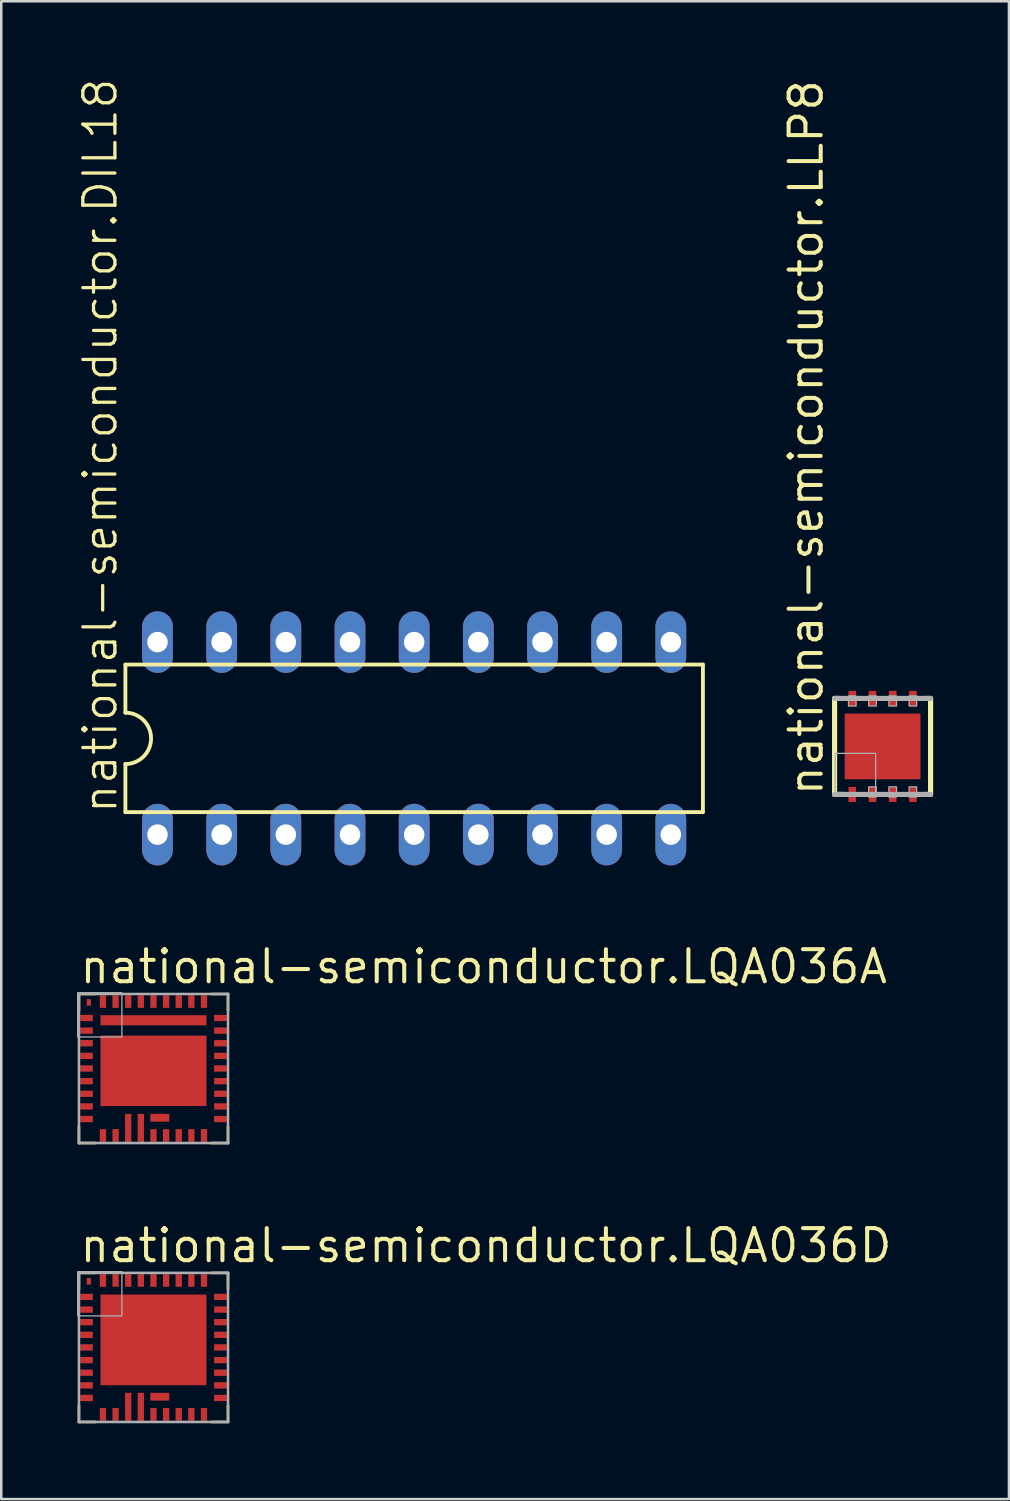
<source format=kicad_pcb>
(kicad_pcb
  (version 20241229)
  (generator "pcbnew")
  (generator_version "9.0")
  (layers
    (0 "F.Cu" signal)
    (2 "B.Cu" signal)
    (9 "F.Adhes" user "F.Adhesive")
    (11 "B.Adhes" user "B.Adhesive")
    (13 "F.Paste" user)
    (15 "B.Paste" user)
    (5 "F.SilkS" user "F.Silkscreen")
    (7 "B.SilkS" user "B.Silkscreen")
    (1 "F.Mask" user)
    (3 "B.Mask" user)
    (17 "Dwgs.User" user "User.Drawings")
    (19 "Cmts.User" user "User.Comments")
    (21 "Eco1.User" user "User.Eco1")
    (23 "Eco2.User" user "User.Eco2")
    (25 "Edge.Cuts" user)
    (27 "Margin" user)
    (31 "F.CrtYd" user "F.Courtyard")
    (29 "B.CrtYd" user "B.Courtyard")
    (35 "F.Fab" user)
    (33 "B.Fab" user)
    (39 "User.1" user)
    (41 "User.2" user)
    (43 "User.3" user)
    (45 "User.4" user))
  (footprint "national-semiconductor.LQA036D"
    (layer "F.Cu")
    (at 3.025 50.287)
    (property "Reference" "national-semiconductor.LQA036D" (at -3 -3.29 0) (layer "F.SilkS") (effects (font (size 1.27 1.27) (thickness 0.16)) (justify left bottom)))
    (attr smd)
    (fp_poly (pts (xy -2.62 -2.72) (xy -2.5 -2.72) (xy -2.5 -2.51) (xy -2.62 -2.51)) (stroke (width 0.051) (type default)) (fill yes) (layer "F.Cu"))
    (fp_line (start -2.95 -2.95) (end -2.3 -2.95) (stroke (width 0.102) (type default)) (layer "F.SilkS"))
    (fp_line (start -2.95 -2.3) (end -2.95 -2.95) (stroke (width 0.102) (type default)) (layer "F.SilkS"))
    (fp_line (start -2.95 2.95) (end -2.95 2.3) (stroke (width 0.102) (type default)) (layer "F.SilkS"))
    (fp_line (start -2.3 2.95) (end -2.95 2.95) (stroke (width 0.102) (type default)) (layer "F.SilkS"))
    (fp_line (start 2.3 -2.95) (end 2.95 -2.95) (stroke (width 0.102) (type default)) (layer "F.SilkS"))
    (fp_line (start 2.95 -2.95) (end 2.95 -2.3) (stroke (width 0.102) (type default)) (layer "F.SilkS"))
    (fp_line (start 2.95 2.3) (end 2.95 2.95) (stroke (width 0.102) (type default)) (layer "F.SilkS"))
    (fp_line (start 2.95 2.95) (end 2.3 2.95) (stroke (width 0.102) (type default)) (layer "F.SilkS"))
    (fp_line (start -2.95 -2.95) (end 2.95 -2.95) (stroke (width 0.102) (type default)) (layer "F.Fab"))
    (fp_line (start -2.95 2.95) (end -2.95 -2.95) (stroke (width 0.102) (type default)) (layer "F.Fab"))
    (fp_line (start 2.95 -2.95) (end 2.95 2.95) (stroke (width 0.102) (type default)) (layer "F.Fab"))
    (fp_line (start 2.95 2.95) (end -2.95 2.95) (stroke (width 0.102) (type default)) (layer "F.Fab"))
    (fp_rect (start -3 -1.25) (end -1.25 -3) (stroke (width 0.05) (type default)) (fill no) (layer "F.Fab"))
    (pad "1" smd roundrect (at -2.65 -2) (size 0.5 0.25) (layers "F.Cu" "F.Mask" "F.Paste") (roundrect_rratio 0.01))
    (pad "2" smd roundrect (at -2.65 -1.5) (size 0.5 0.25) (layers "F.Cu" "F.Mask" "F.Paste") (roundrect_rratio 0.01))
    (pad "3" smd roundrect (at -2.65 -1) (size 0.5 0.25) (layers "F.Cu" "F.Mask" "F.Paste") (roundrect_rratio 0.01))
    (pad "4" smd roundrect (at -2.65 -0.5) (size 0.5 0.25) (layers "F.Cu" "F.Mask" "F.Paste") (roundrect_rratio 0.01))
    (pad "5" smd roundrect (at -2.65 0) (size 0.5 0.25) (layers "F.Cu" "F.Mask" "F.Paste") (roundrect_rratio 0.01))
    (pad "6" smd roundrect (at -2.65 0.5) (size 0.5 0.25) (layers "F.Cu" "F.Mask" "F.Paste") (roundrect_rratio 0.01))
    (pad "7" smd roundrect (at -2.65 1) (size 0.5 0.25) (layers "F.Cu" "F.Mask" "F.Paste") (roundrect_rratio 0.01))
    (pad "8" smd roundrect (at -2.65 1.5) (size 0.5 0.25) (layers "F.Cu" "F.Mask" "F.Paste") (roundrect_rratio 0.01))
    (pad "9" smd roundrect (at -2.65 2) (size 0.5 0.25) (layers "F.Cu" "F.Mask" "F.Paste") (roundrect_rratio 0.01))
    (pad "10" smd roundrect (at -2 2.65 90) (size 0.5 0.25) (layers "F.Cu" "F.Mask" "F.Paste") (roundrect_rratio 0.01))
    (pad "11" smd roundrect (at -1.5 2.65 90) (size 0.5 0.25) (layers "F.Cu" "F.Mask" "F.Paste") (roundrect_rratio 0.01))
    (pad "12" smd roundrect (at -1 2.35 90) (size 1.11 0.25) (layers "F.Cu" "F.Mask" "F.Paste") (roundrect_rratio 0.01))
    (pad "13" smd roundrect (at -0.5 2.35 90) (size 1.11 0.25) (layers "F.Cu" "F.Mask" "F.Paste") (roundrect_rratio 0.01))
    (pad "14" smd roundrect (at 0 2.65 90) (size 0.5 0.25) (layers "F.Cu" "F.Mask" "F.Paste") (roundrect_rratio 0.01))
    (pad "15" smd roundrect (at 0.5 2.65 90) (size 0.5 0.25) (layers "F.Cu" "F.Mask" "F.Paste") (roundrect_rratio 0.01))
    (pad "16" smd roundrect (at 1 2.65 90) (size 0.5 0.25) (layers "F.Cu" "F.Mask" "F.Paste") (roundrect_rratio 0.01))
    (pad "17" smd roundrect (at 1.5 2.65 90) (size 0.5 0.25) (layers "F.Cu" "F.Mask" "F.Paste") (roundrect_rratio 0.01))
    (pad "18" smd roundrect (at 2 2.65 90) (size 0.5 0.25) (layers "F.Cu" "F.Mask" "F.Paste") (roundrect_rratio 0.01))
    (pad "19" smd roundrect (at 2.65 2 180) (size 0.5 0.25) (layers "F.Cu" "F.Mask" "F.Paste") (roundrect_rratio 0.01))
    (pad "20" smd roundrect (at 2.65 1.5 180) (size 0.5 0.25) (layers "F.Cu" "F.Mask" "F.Paste") (roundrect_rratio 0.01))
    (pad "21" smd roundrect (at 2.65 1 180) (size 0.5 0.25) (layers "F.Cu" "F.Mask" "F.Paste") (roundrect_rratio 0.01))
    (pad "22" smd roundrect (at 2.65 0.5 180) (size 0.5 0.25) (layers "F.Cu" "F.Mask" "F.Paste") (roundrect_rratio 0.01))
    (pad "23" smd roundrect (at 2.65 0 180) (size 0.5 0.25) (layers "F.Cu" "F.Mask" "F.Paste") (roundrect_rratio 0.01))
    (pad "24" smd roundrect (at 2.65 -0.5 180) (size 0.5 0.25) (layers "F.Cu" "F.Mask" "F.Paste") (roundrect_rratio 0.01))
    (pad "25" smd roundrect (at 2.65 -1 180) (size 0.5 0.25) (layers "F.Cu" "F.Mask" "F.Paste") (roundrect_rratio 0.01))
    (pad "26" smd roundrect (at 2.65 -1.5 180) (size 0.5 0.25) (layers "F.Cu" "F.Mask" "F.Paste") (roundrect_rratio 0.01))
    (pad "27" smd roundrect (at 2.65 -2 180) (size 0.5 0.25) (layers "F.Cu" "F.Mask" "F.Paste") (roundrect_rratio 0.01))
    (pad "28" smd roundrect (at 2 -2.65 270) (size 0.5 0.25) (layers "F.Cu" "F.Mask" "F.Paste") (roundrect_rratio 0.01))
    (pad "29" smd roundrect (at 1.5 -2.65 270) (size 0.5 0.25) (layers "F.Cu" "F.Mask" "F.Paste") (roundrect_rratio 0.01))
    (pad "30" smd roundrect (at 1 -2.65 270) (size 0.5 0.25) (layers "F.Cu" "F.Mask" "F.Paste") (roundrect_rratio 0.01))
    (pad "31" smd roundrect (at 0.5 -2.65 270) (size 0.5 0.25) (layers "F.Cu" "F.Mask" "F.Paste") (roundrect_rratio 0.01))
    (pad "32" smd roundrect (at 0 -2.65 270) (size 0.5 0.25) (layers "F.Cu" "F.Mask" "F.Paste") (roundrect_rratio 0.01))
    (pad "33" smd roundrect (at -0.5 -2.65 270) (size 0.5 0.25) (layers "F.Cu" "F.Mask" "F.Paste") (roundrect_rratio 0.01))
    (pad "34" smd roundrect (at -1 -2.65 270) (size 0.5 0.25) (layers "F.Cu" "F.Mask" "F.Paste") (roundrect_rratio 0.01))
    (pad "35" smd roundrect (at -1.5 -2.65 270) (size 0.5 0.25) (layers "F.Cu" "F.Mask" "F.Paste") (roundrect_rratio 0.01))
    (pad "36" smd roundrect (at -2 -2.65 270) (size 0.5 0.25) (layers "F.Cu" "F.Mask" "F.Paste") (roundrect_rratio 0.01))
    (pad "37" smd roundrect (at 0.25 1.95) (size 0.75 0.31) (layers "F.Cu" "F.Mask" "F.Paste") (roundrect_rratio 0.01))
    (pad "38" smd roundrect (at 0 -0.3 270) (size 3.59 4.2) (layers "F.Cu" "F.Mask" "F.Paste") (roundrect_rratio 0.01)))
  (footprint "national-semiconductor.DIL18"
    (layer "F.Cu")
    (at 13.344 26.177)
    (property "Reference" "national-semiconductor.DIL18" (at -11.684 3.048 90) (layer "F.SilkS") (effects (font (size 1.27 1.27) (thickness 0.13)) (justify left bottom)))
    (attr through_hole)
    (fp_line (start -11.43 -2.921) (end -11.43 -1.016) (stroke (width 0.152) (type default)) (layer "F.SilkS"))
    (fp_line (start -11.43 2.921) (end -11.43 1.016) (stroke (width 0.152) (type default)) (layer "F.SilkS"))
    (fp_line (start -11.43 2.921) (end 11.43 2.921) (stroke (width 0.152) (type default)) (layer "F.SilkS"))
    (fp_line (start 11.43 -2.921) (end -11.43 -2.921) (stroke (width 0.152) (type default)) (layer "F.SilkS"))
    (fp_line (start 11.43 -2.921) (end 11.43 2.921) (stroke (width 0.152) (type default)) (layer "F.SilkS"))
    (fp_arc (start -11.43 -1.016) (mid -10.414 0) (end -11.43 1.016) (stroke (width 0.1524) (type default)) (layer "F.SilkS"))
    (pad "1" thru_hole oval (at -10.16 3.81 90) (size 2.438 1.219) (drill 0.813) (layers "*.Cu" "*.Mask"))
    (pad "2" thru_hole oval (at -7.62 3.81 90) (size 2.438 1.219) (drill 0.813) (layers "*.Cu" "*.Mask"))
    (pad "3" thru_hole oval (at -5.08 3.81 90) (size 2.438 1.219) (drill 0.813) (layers "*.Cu" "*.Mask"))
    (pad "4" thru_hole oval (at -2.54 3.81 90) (size 2.438 1.219) (drill 0.813) (layers "*.Cu" "*.Mask"))
    (pad "5" thru_hole oval (at 0 3.81 90) (size 2.438 1.219) (drill 0.813) (layers "*.Cu" "*.Mask"))
    (pad "6" thru_hole oval (at 2.54 3.81 90) (size 2.438 1.219) (drill 0.813) (layers "*.Cu" "*.Mask"))
    (pad "7" thru_hole oval (at 5.08 3.81 90) (size 2.438 1.219) (drill 0.813) (layers "*.Cu" "*.Mask"))
    (pad "8" thru_hole oval (at 7.62 3.81 90) (size 2.438 1.219) (drill 0.813) (layers "*.Cu" "*.Mask"))
    (pad "9" thru_hole oval (at 10.16 3.81 90) (size 2.438 1.219) (drill 0.813) (layers "*.Cu" "*.Mask"))
    (pad "10" thru_hole oval (at 10.16 -3.81 90) (size 2.438 1.219) (drill 0.813) (layers "*.Cu" "*.Mask"))
    (pad "11" thru_hole oval (at 7.62 -3.81 90) (size 2.438 1.219) (drill 0.813) (layers "*.Cu" "*.Mask"))
    (pad "12" thru_hole oval (at 5.08 -3.81 90) (size 2.438 1.219) (drill 0.813) (layers "*.Cu" "*.Mask"))
    (pad "13" thru_hole oval (at 2.54 -3.81 90) (size 2.438 1.219) (drill 0.813) (layers "*.Cu" "*.Mask"))
    (pad "14" thru_hole oval (at 0 -3.81 90) (size 2.438 1.219) (drill 0.813) (layers "*.Cu" "*.Mask"))
    (pad "15" thru_hole oval (at -2.54 -3.81 90) (size 2.438 1.219) (drill 0.813) (layers "*.Cu" "*.Mask"))
    (pad "16" thru_hole oval (at -5.08 -3.81 90) (size 2.438 1.219) (drill 0.813) (layers "*.Cu" "*.Mask"))
    (pad "17" thru_hole oval (at -7.62 -3.81 90) (size 2.438 1.219) (drill 0.813) (layers "*.Cu" "*.Mask"))
    (pad "18" thru_hole oval (at -10.16 -3.81 90) (size 2.438 1.219) (drill 0.813) (layers "*.Cu" "*.Mask")))
  (footprint "national-semiconductor.LQA036A"
    (layer "F.Cu")
    (at 3.025 39.246)
    (property "Reference" "national-semiconductor.LQA036A" (at -3 -3.29 0) (layer "F.SilkS") (effects (font (size 1.27 1.27) (thickness 0.16)) (justify left bottom)))
    (attr smd)
    (fp_poly (pts (xy -2.62 -2.72) (xy -2.5 -2.72) (xy -2.5 -2.51) (xy -2.62 -2.51)) (stroke (width 0.051) (type default)) (fill yes) (layer "F.Cu"))
    (fp_line (start -2.95 -2.95) (end -2.3 -2.95) (stroke (width 0.102) (type default)) (layer "F.SilkS"))
    (fp_line (start -2.95 -2.3) (end -2.95 -2.95) (stroke (width 0.102) (type default)) (layer "F.SilkS"))
    (fp_line (start -2.95 2.95) (end -2.95 2.3) (stroke (width 0.102) (type default)) (layer "F.SilkS"))
    (fp_line (start -2.3 2.95) (end -2.95 2.95) (stroke (width 0.102) (type default)) (layer "F.SilkS"))
    (fp_line (start 2.3 -2.95) (end 2.95 -2.95) (stroke (width 0.102) (type default)) (layer "F.SilkS"))
    (fp_line (start 2.95 -2.95) (end 2.95 -2.3) (stroke (width 0.102) (type default)) (layer "F.SilkS"))
    (fp_line (start 2.95 2.3) (end 2.95 2.95) (stroke (width 0.102) (type default)) (layer "F.SilkS"))
    (fp_line (start 2.95 2.95) (end 2.3 2.95) (stroke (width 0.102) (type default)) (layer "F.SilkS"))
    (fp_line (start -2.95 -2.95) (end 2.95 -2.95) (stroke (width 0.102) (type default)) (layer "F.Fab"))
    (fp_line (start -2.95 2.95) (end -2.95 -2.95) (stroke (width 0.102) (type default)) (layer "F.Fab"))
    (fp_line (start 2.95 -2.95) (end 2.95 2.95) (stroke (width 0.102) (type default)) (layer "F.Fab"))
    (fp_line (start 2.95 2.95) (end -2.95 2.95) (stroke (width 0.102) (type default)) (layer "F.Fab"))
    (fp_rect (start -3 -1.25) (end -1.25 -3) (stroke (width 0.05) (type default)) (fill no) (layer "F.Fab"))
    (pad "1" smd roundrect (at -2.65 -2) (size 0.5 0.25) (layers "F.Cu" "F.Mask" "F.Paste") (roundrect_rratio 0.01))
    (pad "2" smd roundrect (at -2.65 -1.5) (size 0.5 0.25) (layers "F.Cu" "F.Mask" "F.Paste") (roundrect_rratio 0.01))
    (pad "3" smd roundrect (at -2.65 -1) (size 0.5 0.25) (layers "F.Cu" "F.Mask" "F.Paste") (roundrect_rratio 0.01))
    (pad "4" smd roundrect (at -2.65 -0.5) (size 0.5 0.25) (layers "F.Cu" "F.Mask" "F.Paste") (roundrect_rratio 0.01))
    (pad "5" smd roundrect (at -2.65 0) (size 0.5 0.25) (layers "F.Cu" "F.Mask" "F.Paste") (roundrect_rratio 0.01))
    (pad "6" smd roundrect (at -2.65 0.5) (size 0.5 0.25) (layers "F.Cu" "F.Mask" "F.Paste") (roundrect_rratio 0.01))
    (pad "7" smd roundrect (at -2.65 1) (size 0.5 0.25) (layers "F.Cu" "F.Mask" "F.Paste") (roundrect_rratio 0.01))
    (pad "8" smd roundrect (at -2.65 1.5) (size 0.5 0.25) (layers "F.Cu" "F.Mask" "F.Paste") (roundrect_rratio 0.01))
    (pad "9" smd roundrect (at -2.65 2) (size 0.5 0.25) (layers "F.Cu" "F.Mask" "F.Paste") (roundrect_rratio 0.01))
    (pad "10" smd roundrect (at -2 2.65 90) (size 0.5 0.25) (layers "F.Cu" "F.Mask" "F.Paste") (roundrect_rratio 0.01))
    (pad "11" smd roundrect (at -1.5 2.65 90) (size 0.5 0.25) (layers "F.Cu" "F.Mask" "F.Paste") (roundrect_rratio 0.01))
    (pad "12" smd roundrect (at -1 2.35 90) (size 1.11 0.25) (layers "F.Cu" "F.Mask" "F.Paste") (roundrect_rratio 0.01))
    (pad "13" smd roundrect (at -0.5 2.35 90) (size 1.11 0.25) (layers "F.Cu" "F.Mask" "F.Paste") (roundrect_rratio 0.01))
    (pad "14" smd roundrect (at 0 2.65 90) (size 0.5 0.25) (layers "F.Cu" "F.Mask" "F.Paste") (roundrect_rratio 0.01))
    (pad "15" smd roundrect (at 0.5 2.65 90) (size 0.5 0.25) (layers "F.Cu" "F.Mask" "F.Paste") (roundrect_rratio 0.01))
    (pad "16" smd roundrect (at 1 2.65 90) (size 0.5 0.25) (layers "F.Cu" "F.Mask" "F.Paste") (roundrect_rratio 0.01))
    (pad "17" smd roundrect (at 1.5 2.65 90) (size 0.5 0.25) (layers "F.Cu" "F.Mask" "F.Paste") (roundrect_rratio 0.01))
    (pad "18" smd roundrect (at 2 2.65 90) (size 0.5 0.25) (layers "F.Cu" "F.Mask" "F.Paste") (roundrect_rratio 0.01))
    (pad "19" smd roundrect (at 2.65 2 180) (size 0.5 0.25) (layers "F.Cu" "F.Mask" "F.Paste") (roundrect_rratio 0.01))
    (pad "20" smd roundrect (at 2.65 1.5 180) (size 0.5 0.25) (layers "F.Cu" "F.Mask" "F.Paste") (roundrect_rratio 0.01))
    (pad "21" smd roundrect (at 2.65 1 180) (size 0.5 0.25) (layers "F.Cu" "F.Mask" "F.Paste") (roundrect_rratio 0.01))
    (pad "22" smd roundrect (at 2.65 0.5 180) (size 0.5 0.25) (layers "F.Cu" "F.Mask" "F.Paste") (roundrect_rratio 0.01))
    (pad "23" smd roundrect (at 2.65 0 180) (size 0.5 0.25) (layers "F.Cu" "F.Mask" "F.Paste") (roundrect_rratio 0.01))
    (pad "24" smd roundrect (at 2.65 -0.5 180) (size 0.5 0.25) (layers "F.Cu" "F.Mask" "F.Paste") (roundrect_rratio 0.01))
    (pad "25" smd roundrect (at 2.65 -1 180) (size 0.5 0.25) (layers "F.Cu" "F.Mask" "F.Paste") (roundrect_rratio 0.01))
    (pad "26" smd roundrect (at 2.65 -1.5 180) (size 0.5 0.25) (layers "F.Cu" "F.Mask" "F.Paste") (roundrect_rratio 0.01))
    (pad "27" smd roundrect (at 2.65 -2 180) (size 0.5 0.25) (layers "F.Cu" "F.Mask" "F.Paste") (roundrect_rratio 0.01))
    (pad "28" smd roundrect (at 2 -2.65 270) (size 0.5 0.25) (layers "F.Cu" "F.Mask" "F.Paste") (roundrect_rratio 0.01))
    (pad "29" smd roundrect (at 1.5 -2.65 270) (size 0.5 0.25) (layers "F.Cu" "F.Mask" "F.Paste") (roundrect_rratio 0.01))
    (pad "30" smd roundrect (at 1 -2.65 270) (size 0.5 0.25) (layers "F.Cu" "F.Mask" "F.Paste") (roundrect_rratio 0.01))
    (pad "31" smd roundrect (at 0.5 -2.65 270) (size 0.5 0.25) (layers "F.Cu" "F.Mask" "F.Paste") (roundrect_rratio 0.01))
    (pad "32" smd roundrect (at 0 -2.65 270) (size 0.5 0.25) (layers "F.Cu" "F.Mask" "F.Paste") (roundrect_rratio 0.01))
    (pad "33" smd roundrect (at -0.5 -2.65 270) (size 0.5 0.25) (layers "F.Cu" "F.Mask" "F.Paste") (roundrect_rratio 0.01))
    (pad "34" smd roundrect (at -1 -2.65 270) (size 0.5 0.25) (layers "F.Cu" "F.Mask" "F.Paste") (roundrect_rratio 0.01))
    (pad "35" smd roundrect (at -1.5 -2.65 270) (size 0.5 0.25) (layers "F.Cu" "F.Mask" "F.Paste") (roundrect_rratio 0.01))
    (pad "36" smd roundrect (at -2 -2.65 270) (size 0.5 0.25) (layers "F.Cu" "F.Mask" "F.Paste") (roundrect_rratio 0.01))
    (pad "37" smd roundrect (at 0.25 1.95) (size 0.75 0.31) (layers "F.Cu" "F.Mask" "F.Paste") (roundrect_rratio 0.01))
    (pad "38" smd roundrect (at 0 -1.91) (size 4.2 0.4) (layers "F.Cu" "F.Mask" "F.Paste") (roundrect_rratio 0.01))
    (pad "39" smd roundrect (at 0 0.09 270) (size 2.79 4.2) (layers "F.Cu" "F.Mask" "F.Paste") (roundrect_rratio 0.01)))
  (footprint "national-semiconductor.LLP8"
    (layer "F.Cu")
    (at 31.886 26.497)
    (property "Reference" "national-semiconductor.LLP8" (at -2.286 2.032 90) (layer "F.SilkS") (effects (font (size 1.27 1.27) (thickness 0.16)) (justify left bottom)))
    (attr smd)
    (fp_line (start -1.9 -1.9) (end -1.9 1.9) (stroke (width 0.203) (type default)) (layer "F.SilkS"))
    (fp_line (start -1.9 1.9) (end -1.575 1.9) (stroke (width 0.203) (type default)) (layer "F.SilkS"))
    (fp_line (start -1.7 -1.9) (end -1.9 -1.9) (stroke (width 0.203) (type default)) (layer "F.SilkS"))
    (fp_line (start 1.7 1.9) (end 1.9 1.9) (stroke (width 0.203) (type default)) (layer "F.SilkS"))
    (fp_line (start 1.9 -1.9) (end 1.7 -1.9) (stroke (width 0.203) (type default)) (layer "F.SilkS"))
    (fp_line (start 1.9 1.9) (end 1.9 -1.9) (stroke (width 0.203) (type default)) (layer "F.SilkS"))
    (fp_line (start -1.9 1.9) (end 1.9 1.9) (stroke (width 0.203) (type default)) (layer "F.Fab"))
    (fp_line (start 1.9 -1.9) (end -1.9 -1.9) (stroke (width 0.203) (type default)) (layer "F.Fab"))
    (fp_rect (start -1.875 1.9) (end -0.275 0.275) (stroke (width 0.05) (type default)) (fill no) (layer "F.Fab"))
    (fp_rect (start -1.35 -1.6) (end -1.05 -2) (stroke (width 0.05) (type default)) (fill no) (layer "F.Fab"))
    (fp_rect (start -0.55 -1.6) (end -0.25 -2) (stroke (width 0.05) (type default)) (fill no) (layer "F.Fab"))
    (fp_rect (start -0.55 2) (end -0.25 1.6) (stroke (width 0.05) (type default)) (fill no) (layer "F.Fab"))
    (fp_rect (start 0.25 -1.6) (end 0.55 -2) (stroke (width 0.05) (type default)) (fill no) (layer "F.Fab"))
    (fp_rect (start 0.25 2) (end 0.55 1.6) (stroke (width 0.05) (type default)) (fill no) (layer "F.Fab"))
    (fp_rect (start 1.05 -1.6) (end 1.35 -2) (stroke (width 0.05) (type default)) (fill no) (layer "F.Fab"))
    (fp_rect (start 1.05 2) (end 1.35 1.6) (stroke (width 0.05) (type default)) (fill no) (layer "F.Fab"))
    (pad "1" smd roundrect (at -1.2 1.9) (size 0.3 0.6) (layers "F.Cu" "F.Mask" "F.Paste") (roundrect_rratio 0.01))
    (pad "2" smd roundrect (at -0.4 1.9) (size 0.3 0.6) (layers "F.Cu" "F.Mask" "F.Paste") (roundrect_rratio 0.01))
    (pad "3" smd roundrect (at 0.4 1.9) (size 0.3 0.6) (layers "F.Cu" "F.Mask" "F.Paste") (roundrect_rratio 0.01))
    (pad "4" smd roundrect (at 1.2 1.9) (size 0.3 0.6) (layers "F.Cu" "F.Mask" "F.Paste") (roundrect_rratio 0.01))
    (pad "5" smd roundrect (at 1.2 -1.9 180) (size 0.3 0.6) (layers "F.Cu" "F.Mask" "F.Paste") (roundrect_rratio 0.01))
    (pad "6" smd roundrect (at 0.4 -1.9 180) (size 0.3 0.6) (layers "F.Cu" "F.Mask" "F.Paste") (roundrect_rratio 0.01))
    (pad "7" smd roundrect (at -0.4 -1.9 180) (size 0.3 0.6) (layers "F.Cu" "F.Mask" "F.Paste") (roundrect_rratio 0.01))
    (pad "8" smd roundrect (at -1.2 -1.9 180) (size 0.3 0.6) (layers "F.Cu" "F.Mask" "F.Paste") (roundrect_rratio 0.01))
    (pad "EXP" smd roundrect (at 0 0) (size 3 2.6) (layers "F.Cu" "F.Mask" "F.Paste") (roundrect_rratio 0.01)))
  (gr_rect
    (start -3 -3)
    (end 36.888 56.288)
    (stroke (width 0.1) (type default))
    (fill no)
    (layer "Edge.Cuts")))
</source>
